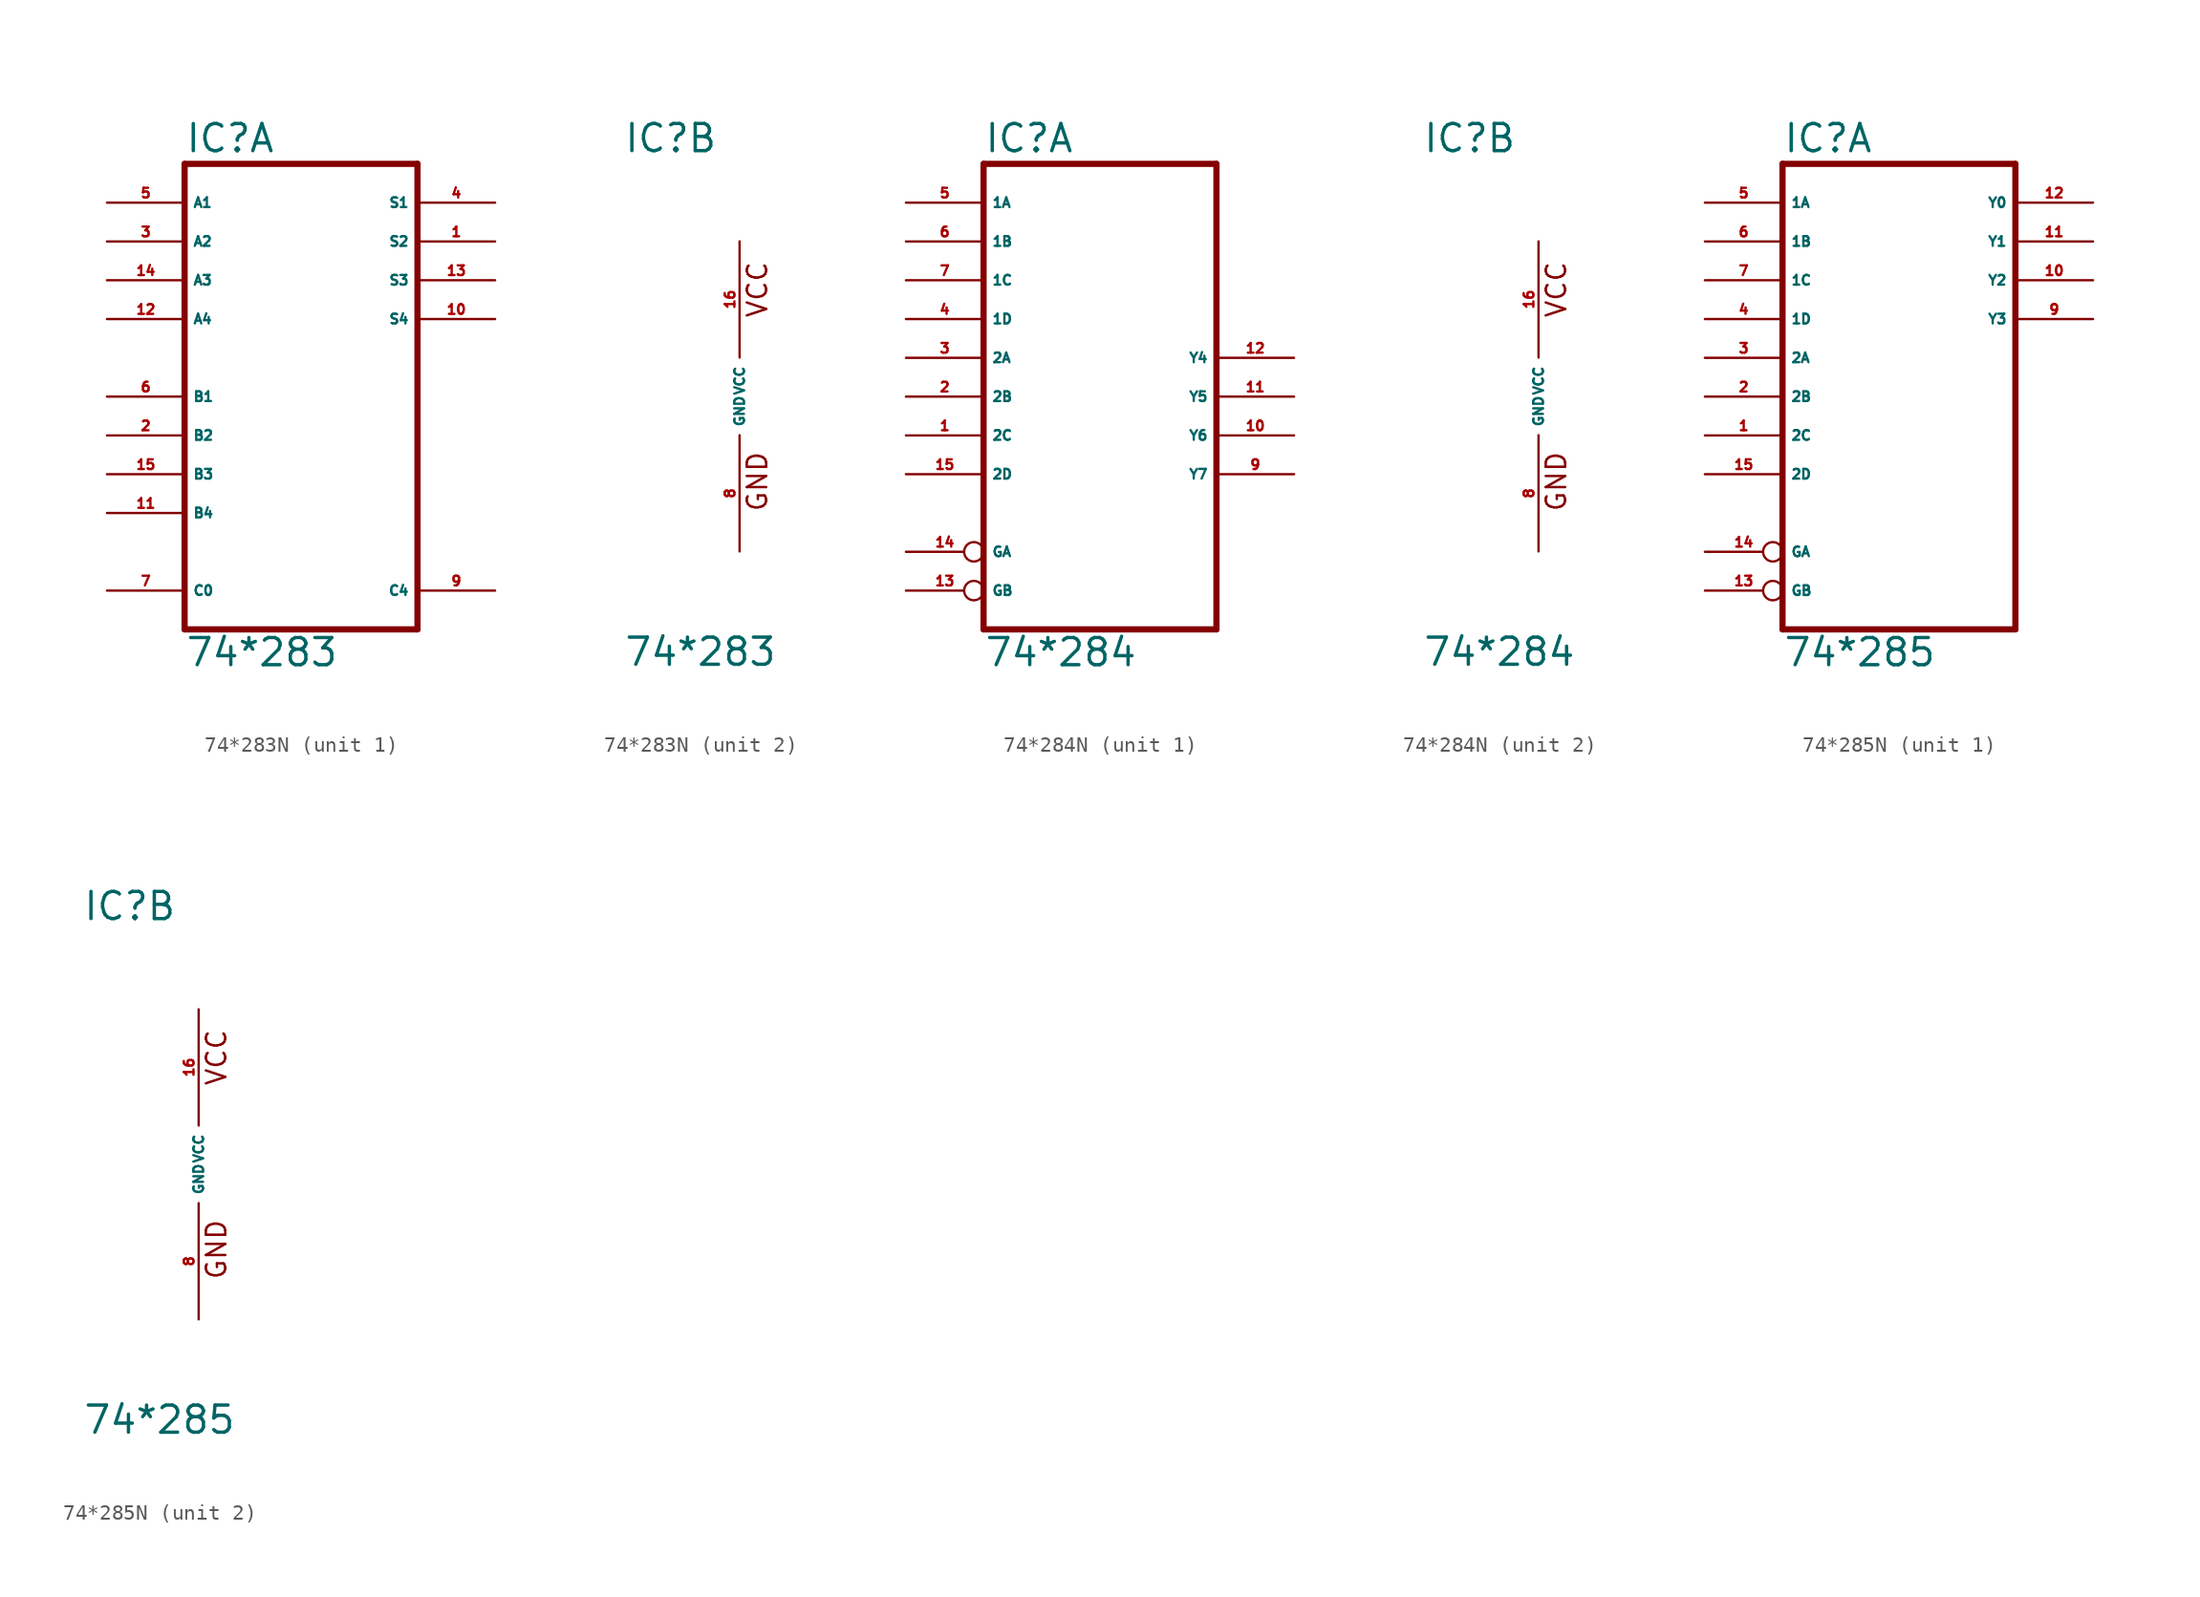
<source format=kicad_sym>
(kicad_symbol_lib
  (version 20220914)
  (generator Eagle2Kicad)
  (symbol "74*283N"
    (property "Reference" "IC"
      (at -7.62 15.875 0)
      (effects (font (size 1.778 1.778) (thickness 0.22)) (justify left bottom)))
    (property "Value" "74*283"
      (at -7.62 -17.78 0)
      (effects (font (size 1.778 1.778) (thickness 0.22)) (justify left bottom)))
    (symbol "74*283N_1_0"
      (polyline (pts (xy -7.62 -15.24) (xy 7.62 -15.24)) (stroke (width 0.406) (type default)) (fill (type none)))
      (polyline (pts (xy 7.62 -15.24) (xy 7.62 15.24)) (stroke (width 0.406) (type default)) (fill (type none)))
      (polyline (pts (xy 7.62 15.24) (xy -7.62 15.24)) (stroke (width 0.406) (type default)) (fill (type none)))
      (polyline (pts (xy -7.62 15.24) (xy -7.62 -15.24)) (stroke (width 0.406) (type default)) (fill (type none)))
      (pin output line (at 12.7 10.16 180) (length 5.08) (name "S2" (effects (font (size 0.635 0.635) (thickness 0.08)) (justify left bottom))) (number "1" (effects (font (size 0.635 0.635) (thickness 0.08)) (justify left bottom))))
      (pin input line (at -12.7 -2.54 0) (length 5.08) (name "B2" (effects (font (size 0.635 0.635) (thickness 0.08)) (justify left bottom))) (number "2" (effects (font (size 0.635 0.635) (thickness 0.08)) (justify left bottom))))
      (pin input line (at -12.7 10.16 0) (length 5.08) (name "A2" (effects (font (size 0.635 0.635) (thickness 0.08)) (justify left bottom))) (number "3" (effects (font (size 0.635 0.635) (thickness 0.08)) (justify left bottom))))
      (pin output line (at 12.7 12.7 180) (length 5.08) (name "S1" (effects (font (size 0.635 0.635) (thickness 0.08)) (justify left bottom))) (number "4" (effects (font (size 0.635 0.635) (thickness 0.08)) (justify left bottom))))
      (pin input line (at -12.7 12.7 0) (length 5.08) (name "A1" (effects (font (size 0.635 0.635) (thickness 0.08)) (justify left bottom))) (number "5" (effects (font (size 0.635 0.635) (thickness 0.08)) (justify left bottom))))
      (pin input line (at -12.7 0 0) (length 5.08) (name "B1" (effects (font (size 0.635 0.635) (thickness 0.08)) (justify left bottom))) (number "6" (effects (font (size 0.635 0.635) (thickness 0.08)) (justify left bottom))))
      (pin input line (at -12.7 -12.7 0) (length 5.08) (name "C0" (effects (font (size 0.635 0.635) (thickness 0.08)) (justify left bottom))) (number "7" (effects (font (size 0.635 0.635) (thickness 0.08)) (justify left bottom))))
      (pin output line (at 12.7 -12.7 180) (length 5.08) (name "C4" (effects (font (size 0.635 0.635) (thickness 0.08)) (justify left bottom))) (number "9" (effects (font (size 0.635 0.635) (thickness 0.08)) (justify left bottom))))
      (pin output line (at 12.7 5.08 180) (length 5.08) (name "S4" (effects (font (size 0.635 0.635) (thickness 0.08)) (justify left bottom))) (number "10" (effects (font (size 0.635 0.635) (thickness 0.08)) (justify left bottom))))
      (pin input line (at -12.7 -7.62 0) (length 5.08) (name "B4" (effects (font (size 0.635 0.635) (thickness 0.08)) (justify left bottom))) (number "11" (effects (font (size 0.635 0.635) (thickness 0.08)) (justify left bottom))))
      (pin input line (at -12.7 5.08 0) (length 5.08) (name "A4" (effects (font (size 0.635 0.635) (thickness 0.08)) (justify left bottom))) (number "12" (effects (font (size 0.635 0.635) (thickness 0.08)) (justify left bottom))))
      (pin output line (at 12.7 7.62 180) (length 5.08) (name "S3" (effects (font (size 0.635 0.635) (thickness 0.08)) (justify left bottom))) (number "13" (effects (font (size 0.635 0.635) (thickness 0.08)) (justify left bottom))))
      (pin input line (at -12.7 7.62 0) (length 5.08) (name "A3" (effects (font (size 0.635 0.635) (thickness 0.08)) (justify left bottom))) (number "14" (effects (font (size 0.635 0.635) (thickness 0.08)) (justify left bottom))))
      (pin input line (at -12.7 -5.08 0) (length 5.08) (name "B3" (effects (font (size 0.635 0.635) (thickness 0.08)) (justify left bottom))) (number "15" (effects (font (size 0.635 0.635) (thickness 0.08)) (justify left bottom)))))
    (symbol "74*283N_2_0"
      (text "GND" (at 1.905 -7.62 900) (effects (font (size 1.27 1.27) (thickness 0.16)) (justify left bottom)))
      (text "VCC" (at 1.905 5.08 900) (effects (font (size 1.27 1.27) (thickness 0.16)) (justify left bottom)))
      (pin unspecified line (at 0 -10.16 90) (length 7.62) (name "GND" (effects (font (size 0.635 0.635) (thickness 0.08)) (justify left bottom))) (number "8" (effects (font (size 0.635 0.635) (thickness 0.08)) (justify left bottom))))
      (pin unspecified line (at 0 10.16 270) (length 7.62) (name "VCC" (effects (font (size 0.635 0.635) (thickness 0.08)) (justify left bottom))) (number "16" (effects (font (size 0.635 0.635) (thickness 0.08)) (justify left bottom))))))
  (symbol "74*284N"
    (property "Reference" "IC"
      (at -7.62 15.875 0)
      (effects (font (size 1.778 1.778) (thickness 0.22)) (justify left bottom)))
    (property "Value" "74*284"
      (at -7.62 -17.78 0)
      (effects (font (size 1.778 1.778) (thickness 0.22)) (justify left bottom)))
    (symbol "74*284N_1_0"
      (polyline (pts (xy -7.62 -15.24) (xy 7.62 -15.24)) (stroke (width 0.406) (type default)) (fill (type none)))
      (polyline (pts (xy 7.62 -15.24) (xy 7.62 15.24)) (stroke (width 0.406) (type default)) (fill (type none)))
      (polyline (pts (xy 7.62 15.24) (xy -7.62 15.24)) (stroke (width 0.406) (type default)) (fill (type none)))
      (polyline (pts (xy -7.62 15.24) (xy -7.62 -15.24)) (stroke (width 0.406) (type default)) (fill (type none)))
      (pin input line (at -12.7 -2.54 0) (length 5.08) (name "2C" (effects (font (size 0.635 0.635) (thickness 0.08)) (justify left bottom))) (number "1" (effects (font (size 0.635 0.635) (thickness 0.08)) (justify left bottom))))
      (pin input line (at -12.7 0 0) (length 5.08) (name "2B" (effects (font (size 0.635 0.635) (thickness 0.08)) (justify left bottom))) (number "2" (effects (font (size 0.635 0.635) (thickness 0.08)) (justify left bottom))))
      (pin input line (at -12.7 2.54 0) (length 5.08) (name "2A" (effects (font (size 0.635 0.635) (thickness 0.08)) (justify left bottom))) (number "3" (effects (font (size 0.635 0.635) (thickness 0.08)) (justify left bottom))))
      (pin input line (at -12.7 5.08 0) (length 5.08) (name "1D" (effects (font (size 0.635 0.635) (thickness 0.08)) (justify left bottom))) (number "4" (effects (font (size 0.635 0.635) (thickness 0.08)) (justify left bottom))))
      (pin input line (at -12.7 12.7 0) (length 5.08) (name "1A" (effects (font (size 0.635 0.635) (thickness 0.08)) (justify left bottom))) (number "5" (effects (font (size 0.635 0.635) (thickness 0.08)) (justify left bottom))))
      (pin input line (at -12.7 10.16 0) (length 5.08) (name "1B" (effects (font (size 0.635 0.635) (thickness 0.08)) (justify left bottom))) (number "6" (effects (font (size 0.635 0.635) (thickness 0.08)) (justify left bottom))))
      (pin input line (at -12.7 7.62 0) (length 5.08) (name "1C" (effects (font (size 0.635 0.635) (thickness 0.08)) (justify left bottom))) (number "7" (effects (font (size 0.635 0.635) (thickness 0.08)) (justify left bottom))))
      (pin open_collector line (at 12.7 -5.08 180) (length 5.08) (name "Y7" (effects (font (size 0.635 0.635) (thickness 0.08)) (justify left bottom))) (number "9" (effects (font (size 0.635 0.635) (thickness 0.08)) (justify left bottom))))
      (pin open_collector line (at 12.7 -2.54 180) (length 5.08) (name "Y6" (effects (font (size 0.635 0.635) (thickness 0.08)) (justify left bottom))) (number "10" (effects (font (size 0.635 0.635) (thickness 0.08)) (justify left bottom))))
      (pin open_collector line (at 12.7 0 180) (length 5.08) (name "Y5" (effects (font (size 0.635 0.635) (thickness 0.08)) (justify left bottom))) (number "11" (effects (font (size 0.635 0.635) (thickness 0.08)) (justify left bottom))))
      (pin open_collector line (at 12.7 2.54 180) (length 5.08) (name "Y4" (effects (font (size 0.635 0.635) (thickness 0.08)) (justify left bottom))) (number "12" (effects (font (size 0.635 0.635) (thickness 0.08)) (justify left bottom))))
      (pin input inverted (at -12.7 -12.7 0) (length 5.08) (name "GB" (effects (font (size 0.635 0.635) (thickness 0.08)) (justify left bottom))) (number "13" (effects (font (size 0.635 0.635) (thickness 0.08)) (justify left bottom))))
      (pin input inverted (at -12.7 -10.16 0) (length 5.08) (name "GA" (effects (font (size 0.635 0.635) (thickness 0.08)) (justify left bottom))) (number "14" (effects (font (size 0.635 0.635) (thickness 0.08)) (justify left bottom))))
      (pin input line (at -12.7 -5.08 0) (length 5.08) (name "2D" (effects (font (size 0.635 0.635) (thickness 0.08)) (justify left bottom))) (number "15" (effects (font (size 0.635 0.635) (thickness 0.08)) (justify left bottom)))))
    (symbol "74*284N_2_0"
      (text "GND" (at 1.905 -7.62 900) (effects (font (size 1.27 1.27) (thickness 0.16)) (justify left bottom)))
      (text "VCC" (at 1.905 5.08 900) (effects (font (size 1.27 1.27) (thickness 0.16)) (justify left bottom)))
      (pin unspecified line (at 0 -10.16 90) (length 7.62) (name "GND" (effects (font (size 0.635 0.635) (thickness 0.08)) (justify left bottom))) (number "8" (effects (font (size 0.635 0.635) (thickness 0.08)) (justify left bottom))))
      (pin unspecified line (at 0 10.16 270) (length 7.62) (name "VCC" (effects (font (size 0.635 0.635) (thickness 0.08)) (justify left bottom))) (number "16" (effects (font (size 0.635 0.635) (thickness 0.08)) (justify left bottom))))))
  (symbol "74*285N"
    (property "Reference" "IC"
      (at -7.62 15.875 0)
      (effects (font (size 1.778 1.778) (thickness 0.22)) (justify left bottom)))
    (property "Value" "74*285"
      (at -7.62 -17.78 0)
      (effects (font (size 1.778 1.778) (thickness 0.22)) (justify left bottom)))
    (symbol "74*285N_1_0"
      (polyline (pts (xy -7.62 -15.24) (xy 7.62 -15.24)) (stroke (width 0.406) (type default)) (fill (type none)))
      (polyline (pts (xy 7.62 -15.24) (xy 7.62 15.24)) (stroke (width 0.406) (type default)) (fill (type none)))
      (polyline (pts (xy 7.62 15.24) (xy -7.62 15.24)) (stroke (width 0.406) (type default)) (fill (type none)))
      (polyline (pts (xy -7.62 15.24) (xy -7.62 -15.24)) (stroke (width 0.406) (type default)) (fill (type none)))
      (pin input line (at -12.7 -2.54 0) (length 5.08) (name "2C" (effects (font (size 0.635 0.635) (thickness 0.08)) (justify left bottom))) (number "1" (effects (font (size 0.635 0.635) (thickness 0.08)) (justify left bottom))))
      (pin input line (at -12.7 0 0) (length 5.08) (name "2B" (effects (font (size 0.635 0.635) (thickness 0.08)) (justify left bottom))) (number "2" (effects (font (size 0.635 0.635) (thickness 0.08)) (justify left bottom))))
      (pin input line (at -12.7 2.54 0) (length 5.08) (name "2A" (effects (font (size 0.635 0.635) (thickness 0.08)) (justify left bottom))) (number "3" (effects (font (size 0.635 0.635) (thickness 0.08)) (justify left bottom))))
      (pin input line (at -12.7 5.08 0) (length 5.08) (name "1D" (effects (font (size 0.635 0.635) (thickness 0.08)) (justify left bottom))) (number "4" (effects (font (size 0.635 0.635) (thickness 0.08)) (justify left bottom))))
      (pin input line (at -12.7 12.7 0) (length 5.08) (name "1A" (effects (font (size 0.635 0.635) (thickness 0.08)) (justify left bottom))) (number "5" (effects (font (size 0.635 0.635) (thickness 0.08)) (justify left bottom))))
      (pin input line (at -12.7 10.16 0) (length 5.08) (name "1B" (effects (font (size 0.635 0.635) (thickness 0.08)) (justify left bottom))) (number "6" (effects (font (size 0.635 0.635) (thickness 0.08)) (justify left bottom))))
      (pin input line (at -12.7 7.62 0) (length 5.08) (name "1C" (effects (font (size 0.635 0.635) (thickness 0.08)) (justify left bottom))) (number "7" (effects (font (size 0.635 0.635) (thickness 0.08)) (justify left bottom))))
      (pin open_collector line (at 12.7 5.08 180) (length 5.08) (name "Y3" (effects (font (size 0.635 0.635) (thickness 0.08)) (justify left bottom))) (number "9" (effects (font (size 0.635 0.635) (thickness 0.08)) (justify left bottom))))
      (pin open_collector line (at 12.7 7.62 180) (length 5.08) (name "Y2" (effects (font (size 0.635 0.635) (thickness 0.08)) (justify left bottom))) (number "10" (effects (font (size 0.635 0.635) (thickness 0.08)) (justify left bottom))))
      (pin open_collector line (at 12.7 10.16 180) (length 5.08) (name "Y1" (effects (font (size 0.635 0.635) (thickness 0.08)) (justify left bottom))) (number "11" (effects (font (size 0.635 0.635) (thickness 0.08)) (justify left bottom))))
      (pin open_collector line (at 12.7 12.7 180) (length 5.08) (name "Y0" (effects (font (size 0.635 0.635) (thickness 0.08)) (justify left bottom))) (number "12" (effects (font (size 0.635 0.635) (thickness 0.08)) (justify left bottom))))
      (pin input inverted (at -12.7 -12.7 0) (length 5.08) (name "GB" (effects (font (size 0.635 0.635) (thickness 0.08)) (justify left bottom))) (number "13" (effects (font (size 0.635 0.635) (thickness 0.08)) (justify left bottom))))
      (pin input inverted (at -12.7 -10.16 0) (length 5.08) (name "GA" (effects (font (size 0.635 0.635) (thickness 0.08)) (justify left bottom))) (number "14" (effects (font (size 0.635 0.635) (thickness 0.08)) (justify left bottom))))
      (pin input line (at -12.7 -5.08 0) (length 5.08) (name "2D" (effects (font (size 0.635 0.635) (thickness 0.08)) (justify left bottom))) (number "15" (effects (font (size 0.635 0.635) (thickness 0.08)) (justify left bottom)))))
    (symbol "74*285N_2_0"
      (text "GND" (at 1.905 -7.62 900) (effects (font (size 1.27 1.27) (thickness 0.16)) (justify left bottom)))
      (text "VCC" (at 1.905 5.08 900) (effects (font (size 1.27 1.27) (thickness 0.16)) (justify left bottom)))
      (pin unspecified line (at 0 -10.16 90) (length 7.62) (name "GND" (effects (font (size 0.635 0.635) (thickness 0.08)) (justify left bottom))) (number "8" (effects (font (size 0.635 0.635) (thickness 0.08)) (justify left bottom))))
      (pin unspecified line (at 0 10.16 270) (length 7.62) (name "VCC" (effects (font (size 0.635 0.635) (thickness 0.08)) (justify left bottom))) (number "16" (effects (font (size 0.635 0.635) (thickness 0.08)) (justify left bottom)))))))
</source>
